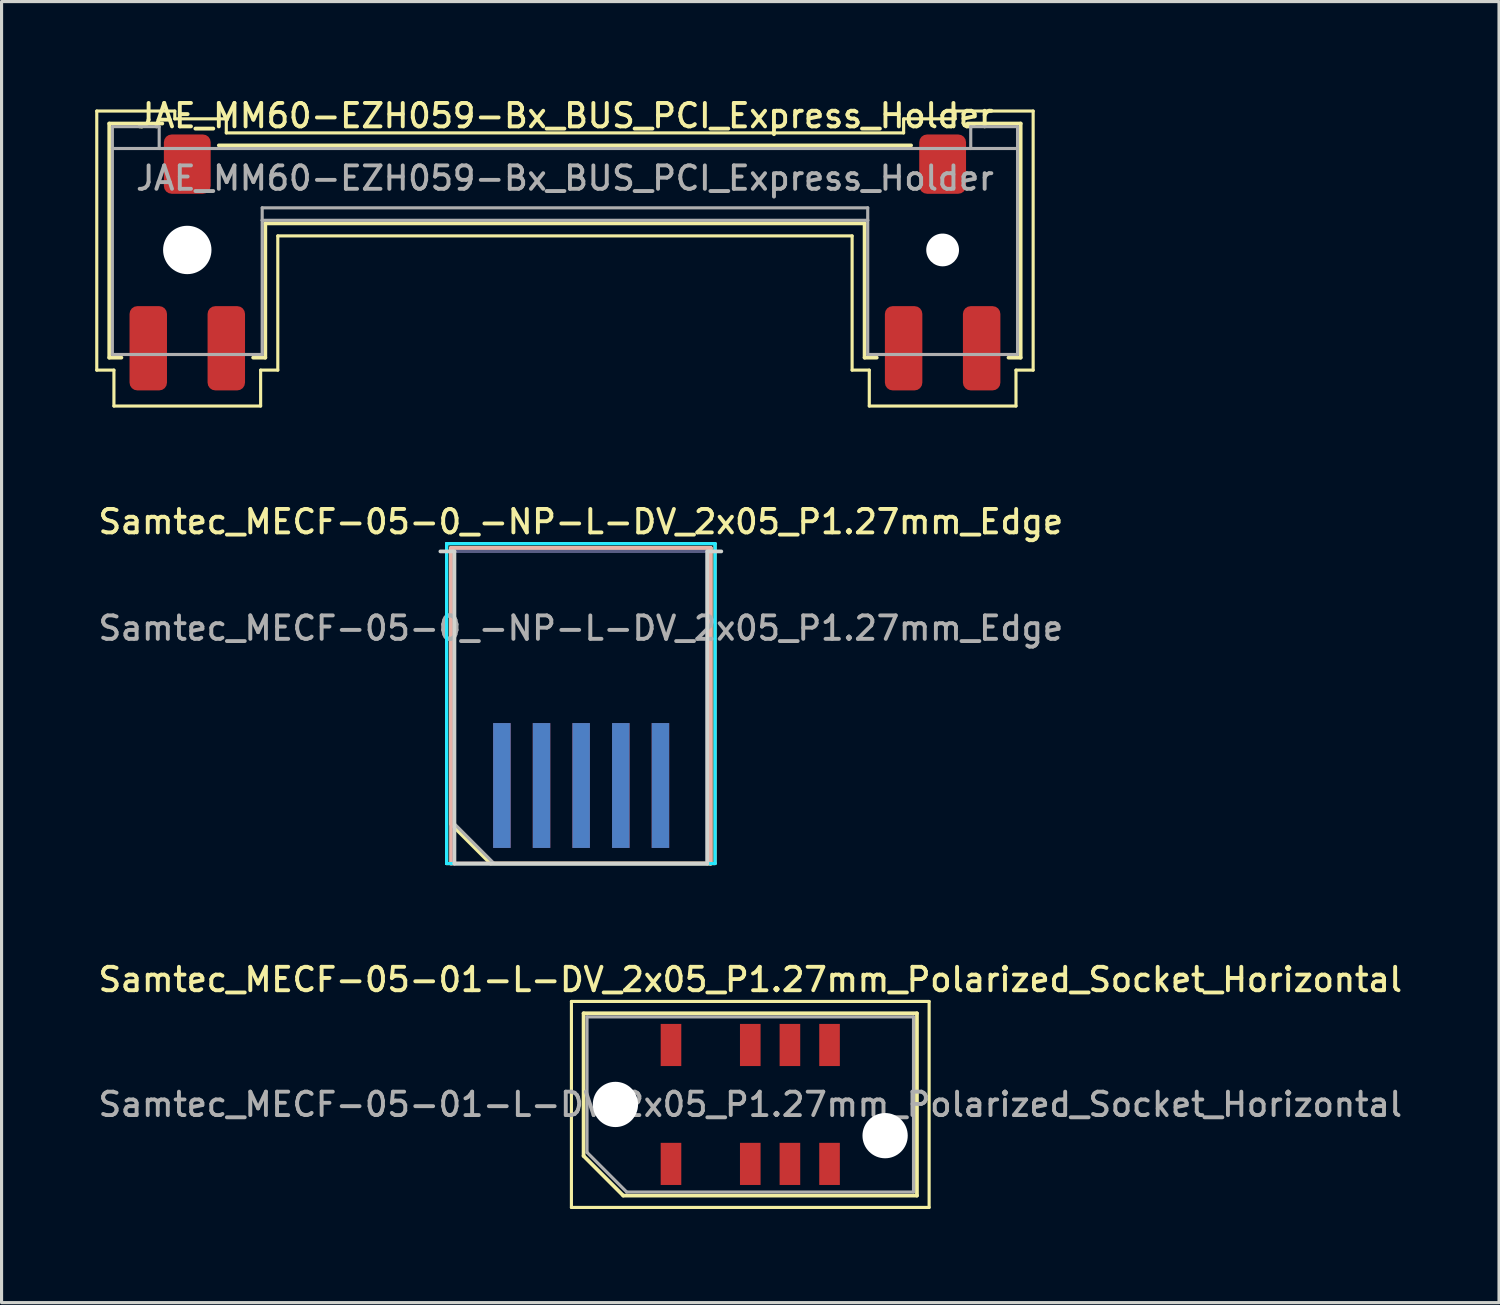
<source format=kicad_pcb>
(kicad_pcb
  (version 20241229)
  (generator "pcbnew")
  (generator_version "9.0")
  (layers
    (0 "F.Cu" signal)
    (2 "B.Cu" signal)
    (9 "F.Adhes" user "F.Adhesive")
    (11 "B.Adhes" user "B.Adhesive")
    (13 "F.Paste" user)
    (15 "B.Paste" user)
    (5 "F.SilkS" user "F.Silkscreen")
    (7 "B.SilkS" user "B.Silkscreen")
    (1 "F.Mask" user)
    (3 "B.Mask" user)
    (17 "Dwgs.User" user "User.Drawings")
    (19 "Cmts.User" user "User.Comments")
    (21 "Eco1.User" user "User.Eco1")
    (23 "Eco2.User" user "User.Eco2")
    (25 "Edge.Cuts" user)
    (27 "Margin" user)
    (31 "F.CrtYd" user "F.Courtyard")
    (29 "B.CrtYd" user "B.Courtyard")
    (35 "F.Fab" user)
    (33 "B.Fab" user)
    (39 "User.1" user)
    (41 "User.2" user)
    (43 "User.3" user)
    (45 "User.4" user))
  (footprint "Samtec_MECF-05-0_-NP-L-DV_2x05_P1.27mm_Edge"
    (layer "F.Cu")
    (at 15.559 19.616)
    (property "Reference" "Samtec_MECF-05-0_-NP-L-DV_2x05_P1.27mm_Edge" (at 0 -5.95 0) (layer "F.SilkS") (effects (font (size 0.75 0.75) (thickness 0.125))))
    (attr exclude_from_pos_files exclude_from_bom)
    (fp_line (start -4.3 -5.25) (end -4.3 5) (stroke (width 0.1) (type solid)) (layer "F.SilkS"))
    (fp_line (start -4.3 5) (end 4.3 5) (stroke (width 0.1) (type solid)) (layer "F.SilkS"))
    (fp_line (start -4.16 -5.11) (end 4.16 -5.11) (stroke (width 0.12) (type solid)) (layer "F.SilkS"))
    (fp_line (start -4.16 3.73) (end -4.16 -5.11) (stroke (width 0.12) (type solid)) (layer "F.SilkS"))
    (fp_line (start -2.89 5) (end -4.16 3.73) (stroke (width 0.12) (type solid)) (layer "F.SilkS"))
    (fp_line (start -2.89 5) (end 4.16 5) (stroke (width 0.12) (type solid)) (layer "F.SilkS"))
    (fp_line (start 4.16 5) (end 4.16 -5.11) (stroke (width 0.12) (type solid)) (layer "F.SilkS"))
    (fp_line (start 4.3 -5.25) (end -4.3 -5.25) (stroke (width 0.1) (type solid)) (layer "F.SilkS"))
    (fp_line (start 4.3 5) (end 4.3 -5.25) (stroke (width 0.1) (type solid)) (layer "F.SilkS"))
    (fp_line (start -4.16 -5.11) (end 4.16 -5.11) (stroke (width 0.12) (type solid)) (layer "B.SilkS"))
    (fp_line (start -4.16 5) (end -4.16 -5.11) (stroke (width 0.12) (type solid)) (layer "B.SilkS"))
    (fp_line (start -4.16 5) (end 4.16 5) (stroke (width 0.12) (type solid)) (layer "B.SilkS"))
    (fp_line (start 4.16 5) (end 4.16 -5.11) (stroke (width 0.12) (type solid)) (layer "B.SilkS"))
    (fp_line (start -4.5 -5) (end -4.05 -5) (stroke (width 0.12) (type solid)) (layer "Edge.Cuts"))
    (fp_line (start -4.05 5) (end -4.05 -5) (stroke (width 0.12) (type solid)) (layer "Edge.Cuts"))
    (fp_line (start -4.05 5) (end 4.05 5) (stroke (width 0.12) (type solid)) (layer "Edge.Cuts"))
    (fp_line (start 4.05 5) (end 4.05 -5) (stroke (width 0.12) (type solid)) (layer "Edge.Cuts"))
    (fp_line (start 4.5 -5) (end 4.05 -5) (stroke (width 0.12) (type solid)) (layer "Edge.Cuts"))
    (fp_line (start -4.3 -5.25) (end -4.3 5) (stroke (width 0.1) (type solid)) (layer "B.CrtYd"))
    (fp_line (start -4.3 5) (end 4.3 5) (stroke (width 0.1) (type solid)) (layer "B.CrtYd"))
    (fp_line (start 4.3 -5.25) (end -4.3 -5.25) (stroke (width 0.1) (type solid)) (layer "B.CrtYd"))
    (fp_line (start 4.3 5) (end 4.3 -5.25) (stroke (width 0.1) (type solid)) (layer "B.CrtYd"))
    (fp_line (start -4.05 -5) (end 4.05 -5) (stroke (width 0.1) (type solid)) (layer "B.Fab"))
    (fp_line (start -4.05 5) (end -4.05 -5) (stroke (width 0.1) (type solid)) (layer "B.Fab"))
    (fp_line (start -4.05 5) (end 4.05 5) (stroke (width 0.1) (type solid)) (layer "B.Fab"))
    (fp_line (start 4.05 5) (end 4.05 -5) (stroke (width 0.1) (type solid)) (layer "B.Fab"))
    (fp_line (start -4.05 -5) (end 4.05 -5) (stroke (width 0.1) (type solid)) (layer "F.Fab"))
    (fp_line (start -4.05 3.73) (end -4.05 -5) (stroke (width 0.1) (type solid)) (layer "F.Fab"))
    (fp_line (start -4.05 3.73) (end -2.78 5) (stroke (width 0.1) (type solid)) (layer "F.Fab"))
    (fp_line (start -2.78 5) (end 4.05 5) (stroke (width 0.1) (type solid)) (layer "F.Fab"))
    (fp_line (start 4.05 5) (end 4.05 -5) (stroke (width 0.1) (type solid)) (layer "F.Fab"))
    (fp_text user "${REFERENCE}" (at 0 -2.54 0) (layer "F.Fab") (effects (font (size 0.75 0.75) (thickness 0.125))))
    (pad "1" connect rect (at -2.53 2.5) (size 0.56 4) (layers "F.Cu" "F.Mask"))
    (pad "2" connect rect (at -2.53 2.5) (size 0.56 4) (layers "B.Cu" "B.Mask"))
    (pad "3" connect rect (at -1.26 2.5) (size 0.56 4) (layers "F.Cu" "F.Mask"))
    (pad "4" connect rect (at -1.26 2.5) (size 0.56 4) (layers "B.Cu" "B.Mask"))
    (pad "5" connect rect (at 0.01 2.5) (size 0.56 4) (layers "F.Cu" "F.Mask"))
    (pad "6" connect rect (at 0.01 2.5) (size 0.56 4) (layers "B.Cu" "B.Mask"))
    (pad "7" connect rect (at 1.28 2.5) (size 0.56 4) (layers "F.Cu" "F.Mask"))
    (pad "8" connect rect (at 1.28 2.5) (size 0.56 4) (layers "B.Cu" "B.Mask"))
    (pad "9" connect rect (at 2.55 2.5) (size 0.56 4) (layers "F.Cu" "F.Mask"))
    (pad "10" connect rect (at 2.55 2.5) (size 0.56 4) (layers "B.Cu" "B.Mask")))
  (footprint "JAE_MM60-EZH059-Bx_BUS_PCI_Express_Holder"
    (layer "F.Cu")
    (at 15.05 2.658)
    (property "Reference" "JAE_MM60-EZH059-Bx_BUS_PCI_Express_Holder" (at 0 -2 0) (layer "F.SilkS") (effects (font (size 0.75 0.75) (thickness 0.125))))
    (attr smd)
    (fp_line (start -15 -2.15) (end -15 6.15) (stroke (width 0.1) (type default)) (layer "F.SilkS"))
    (fp_line (start -15 -2.15) (end -12.5 -2.15) (stroke (width 0.1) (type default)) (layer "F.SilkS"))
    (fp_line (start -15 6.15) (end -14.45 6.15) (stroke (width 0.1) (type default)) (layer "F.SilkS"))
    (fp_line (start -14.6 -1.75) (end -12.9 -1.75) (stroke (width 0.12) (type solid)) (layer "F.SilkS"))
    (fp_line (start -14.6 5.75) (end -14.6 -1.75) (stroke (width 0.12) (type solid)) (layer "F.SilkS"))
    (fp_line (start -14.6 5.75) (end -14.21 5.75) (stroke (width 0.12) (type solid)) (layer "F.SilkS"))
    (fp_line (start -14.45 6.15) (end -14.45 7.3) (stroke (width 0.1) (type default)) (layer "F.SilkS"))
    (fp_line (start -14.45 7.3) (end -9.75 7.3) (stroke (width 0.1) (type default)) (layer "F.SilkS"))
    (fp_line (start -12.5 -2.15) (end -12.5 -1.9) (stroke (width 0.1) (type default)) (layer "F.SilkS"))
    (fp_line (start -12.5 -1.9) (end -10.85 -1.9) (stroke (width 0.1) (type default)) (layer "F.SilkS"))
    (fp_line (start -11.09 -1.05) (end 11.09 -1.05) (stroke (width 0.12) (type solid)) (layer "F.SilkS"))
    (fp_line (start -10.85 -1.9) (end -10.85 -1.45) (stroke (width 0.1) (type default)) (layer "F.SilkS"))
    (fp_line (start -9.99 5.75) (end -9.6 5.75) (stroke (width 0.12) (type solid)) (layer "F.SilkS"))
    (fp_line (start -9.75 6.15) (end -9.2 6.15) (stroke (width 0.1) (type default)) (layer "F.SilkS"))
    (fp_line (start -9.75 7.3) (end -9.75 6.15) (stroke (width 0.1) (type default)) (layer "F.SilkS"))
    (fp_line (start -9.6 1.45) (end 9.6 1.45) (stroke (width 0.12) (type solid)) (layer "F.SilkS"))
    (fp_line (start -9.6 5.75) (end -9.6 1.45) (stroke (width 0.12) (type solid)) (layer "F.SilkS"))
    (fp_line (start -9.2 1.85) (end 9.2 1.85) (stroke (width 0.1) (type default)) (layer "F.SilkS"))
    (fp_line (start -9.2 6.15) (end -9.2 1.85) (stroke (width 0.1) (type default)) (layer "F.SilkS"))
    (fp_line (start 9.2 6.15) (end 9.2 1.85) (stroke (width 0.1) (type default)) (layer "F.SilkS"))
    (fp_line (start 9.6 5.75) (end 9.6 1.45) (stroke (width 0.12) (type solid)) (layer "F.SilkS"))
    (fp_line (start 9.75 6.15) (end 9.2 6.15) (stroke (width 0.1) (type default)) (layer "F.SilkS"))
    (fp_line (start 9.75 7.3) (end 9.75 6.15) (stroke (width 0.1) (type default)) (layer "F.SilkS"))
    (fp_line (start 9.99 5.75) (end 9.6 5.75) (stroke (width 0.12) (type solid)) (layer "F.SilkS"))
    (fp_line (start 10.85 -1.9) (end 10.85 -1.45) (stroke (width 0.1) (type default)) (layer "F.SilkS"))
    (fp_line (start 10.85 -1.45) (end -10.85 -1.45) (stroke (width 0.1) (type default)) (layer "F.SilkS"))
    (fp_line (start 12.5 -2.15) (end 12.5 -1.9) (stroke (width 0.1) (type default)) (layer "F.SilkS"))
    (fp_line (start 12.5 -1.9) (end 10.85 -1.9) (stroke (width 0.1) (type default)) (layer "F.SilkS"))
    (fp_line (start 14.21 5.75) (end 14.6 5.75) (stroke (width 0.12) (type solid)) (layer "F.SilkS"))
    (fp_line (start 14.45 6.15) (end 14.45 7.3) (stroke (width 0.1) (type default)) (layer "F.SilkS"))
    (fp_line (start 14.45 7.3) (end 9.75 7.3) (stroke (width 0.1) (type default)) (layer "F.SilkS"))
    (fp_line (start 14.6 -1.75) (end 12.9 -1.75) (stroke (width 0.12) (type solid)) (layer "F.SilkS"))
    (fp_line (start 14.6 5.75) (end 14.6 -1.75) (stroke (width 0.12) (type solid)) (layer "F.SilkS"))
    (fp_line (start 15 -2.15) (end 12.5 -2.15) (stroke (width 0.1) (type default)) (layer "F.SilkS"))
    (fp_line (start 15 -2.15) (end 15 6.15) (stroke (width 0.1) (type default)) (layer "F.SilkS"))
    (fp_line (start 15 6.15) (end 14.45 6.15) (stroke (width 0.1) (type default)) (layer "F.SilkS"))
    (fp_line (start -14.5 -1.65) (end -13 -1.65) (stroke (width 0.1) (type default)) (layer "F.Fab"))
    (fp_line (start -14.5 -0.95) (end 14.5 -0.95) (stroke (width 0.1) (type solid)) (layer "F.Fab"))
    (fp_line (start -14.5 5.65) (end -14.5 -1.65) (stroke (width 0.1) (type solid)) (layer "F.Fab"))
    (fp_line (start -13 -1.65) (end -13 -0.95) (stroke (width 0.1) (type default)) (layer "F.Fab"))
    (fp_line (start -9.7 0.95) (end 9.7 0.95) (stroke (width 0.1) (type default)) (layer "F.Fab"))
    (fp_line (start -9.7 1.35) (end -9.7 0.95) (stroke (width 0.1) (type default)) (layer "F.Fab"))
    (fp_line (start -9.7 1.35) (end -9.7 5.65) (stroke (width 0.1) (type solid)) (layer "F.Fab"))
    (fp_line (start -9.7 1.35) (end 9.7 1.35) (stroke (width 0.1) (type default)) (layer "F.Fab"))
    (fp_line (start -9.7 5.65) (end -14.5 5.65) (stroke (width 0.1) (type solid)) (layer "F.Fab"))
    (fp_line (start 9.7 1.35) (end 9.7 0.95) (stroke (width 0.1) (type default)) (layer "F.Fab"))
    (fp_line (start 9.7 1.35) (end 9.7 5.65) (stroke (width 0.1) (type solid)) (layer "F.Fab"))
    (fp_line (start 13 -1.65) (end 13 -0.95) (stroke (width 0.1) (type default)) (layer "F.Fab"))
    (fp_line (start 14.5 -1.65) (end 13 -1.65) (stroke (width 0.1) (type default)) (layer "F.Fab"))
    (fp_line (start 14.5 -1.65) (end 14.5 5.65) (stroke (width 0.1) (type solid)) (layer "F.Fab"))
    (fp_line (start 14.5 5.65) (end 9.7 5.65) (stroke (width 0.1) (type solid)) (layer "F.Fab"))
    (fp_text user "${REFERENCE}" (at 0 0 0) (layer "F.Fab") (effects (font (size 0.75 0.75) (thickness 0.125))))
    (pad "" np_thru_hole circle (at -12.1 2.3) (size 1.55 1.55) (drill 1.55) (layers "*.Cu" "*.Mask"))
    (pad "" np_thru_hole circle (at 12.1 2.3) (size 1.05 1.05) (drill 1.05) (layers "*.Cu" "*.Mask"))
    (pad "MP" smd roundrect (at -13.35 5.45) (size 1.2 2.7) (layers "F.Cu" "F.Mask" "F.Paste") (roundrect_rratio 0.208))
    (pad "MP" smd roundrect (at -12.1 -0.45) (size 1.5 1.9) (layers "F.Cu" "F.Mask" "F.Paste") (roundrect_rratio 0.167))
    (pad "MP" smd roundrect (at -10.85 5.45) (size 1.2 2.7) (layers "F.Cu" "F.Mask" "F.Paste") (roundrect_rratio 0.208))
    (pad "MP" smd roundrect (at 10.85 5.45) (size 1.2 2.7) (layers "F.Cu" "F.Mask" "F.Paste") (roundrect_rratio 0.208))
    (pad "MP" smd roundrect (at 12.1 -0.45) (size 1.5 1.9) (layers "F.Cu" "F.Mask" "F.Paste") (roundrect_rratio 0.167))
    (pad "MP" smd roundrect (at 13.35 5.45) (size 1.2 2.7) (layers "F.Cu" "F.Mask" "F.Paste") (roundrect_rratio 0.208)))
  (footprint "Samtec_MECF-05-01-L-DV_2x05_P1.27mm_Polarized_Socket_Horizontal"
    (layer "F.Cu")
    (at 20.987 32.334)
    (property "Reference" "Samtec_MECF-05-01-L-DV_2x05_P1.27mm_Polarized_Socket_Horizontal" (at 0 -4 0) (layer "F.SilkS") (effects (font (size 0.75 0.75) (thickness 0.125))))
    (attr smd)
    (fp_line (start -5.73 -3.3) (end -5.73 3.3) (stroke (width 0.1) (type solid)) (layer "F.SilkS"))
    (fp_line (start -5.73 3.3) (end 5.73 3.3) (stroke (width 0.1) (type solid)) (layer "F.SilkS"))
    (fp_line (start -5.34 -2.92) (end 5.34 -2.92) (stroke (width 0.12) (type solid)) (layer "F.SilkS"))
    (fp_line (start -5.34 1.65) (end -5.34 -2.92) (stroke (width 0.12) (type solid)) (layer "F.SilkS"))
    (fp_line (start -4.07 2.92) (end -5.34 1.65) (stroke (width 0.12) (type solid)) (layer "F.SilkS"))
    (fp_line (start -4.07 2.92) (end 5.34 2.92) (stroke (width 0.12) (type solid)) (layer "F.SilkS"))
    (fp_line (start 5.34 2.92) (end 5.34 -2.92) (stroke (width 0.12) (type solid)) (layer "F.SilkS"))
    (fp_line (start 5.73 -3.3) (end -5.73 -3.3) (stroke (width 0.1) (type solid)) (layer "F.SilkS"))
    (fp_line (start 5.73 3.3) (end 5.73 -3.3) (stroke (width 0.1) (type solid)) (layer "F.SilkS"))
    (fp_line (start -5.23 -2.805) (end 5.23 -2.805) (stroke (width 0.1) (type solid)) (layer "F.Fab"))
    (fp_line (start -5.23 1.535) (end -5.23 -2.805) (stroke (width 0.1) (type solid)) (layer "F.Fab"))
    (fp_line (start -5.23 1.535) (end -3.96 2.805) (stroke (width 0.1) (type solid)) (layer "F.Fab"))
    (fp_line (start -3.96 2.805) (end 5.23 2.805) (stroke (width 0.1) (type solid)) (layer "F.Fab"))
    (fp_line (start 5.23 2.805) (end 5.23 -2.805) (stroke (width 0.1) (type solid)) (layer "F.Fab"))
    (fp_text user "${REFERENCE}" (at 0 0 0) (layer "F.Fab") (effects (font (size 0.75 0.75) (thickness 0.125))))
    (pad "" np_thru_hole circle (at -4.32 0) (size 1.45 1.45) (drill 1.45) (layers "*.Cu" "*.Mask"))
    (pad "" np_thru_hole circle (at 4.32 1) (size 1.45 1.45) (drill 1.45) (layers "*.Cu" "*.Mask"))
    (pad "1" smd rect (at -2.54 1.905) (size 0.66 1.35) (layers "F.Cu" "F.Mask" "F.Paste"))
    (pad "2" smd rect (at -2.54 -1.905) (size 0.66 1.35) (layers "F.Cu" "F.Mask" "F.Paste"))
    (pad "5" smd rect (at 0 1.905) (size 0.66 1.35) (layers "F.Cu" "F.Mask" "F.Paste"))
    (pad "6" smd rect (at 0 -1.905) (size 0.66 1.35) (layers "F.Cu" "F.Mask" "F.Paste"))
    (pad "7" smd rect (at 1.27 1.905) (size 0.66 1.35) (layers "F.Cu" "F.Mask" "F.Paste"))
    (pad "8" smd rect (at 1.27 -1.905) (size 0.66 1.35) (layers "F.Cu" "F.Mask" "F.Paste"))
    (pad "9" smd rect (at 2.54 1.905) (size 0.66 1.35) (layers "F.Cu" "F.Mask" "F.Paste"))
    (pad "10" smd rect (at 2.54 -1.905) (size 0.66 1.35) (layers "F.Cu" "F.Mask" "F.Paste")))
  (gr_rect
    (start -3 -3)
    (end 44.975 38.684)
    (stroke (width 0.1) (type default))
    (fill no)
    (layer "Edge.Cuts")))
</source>
